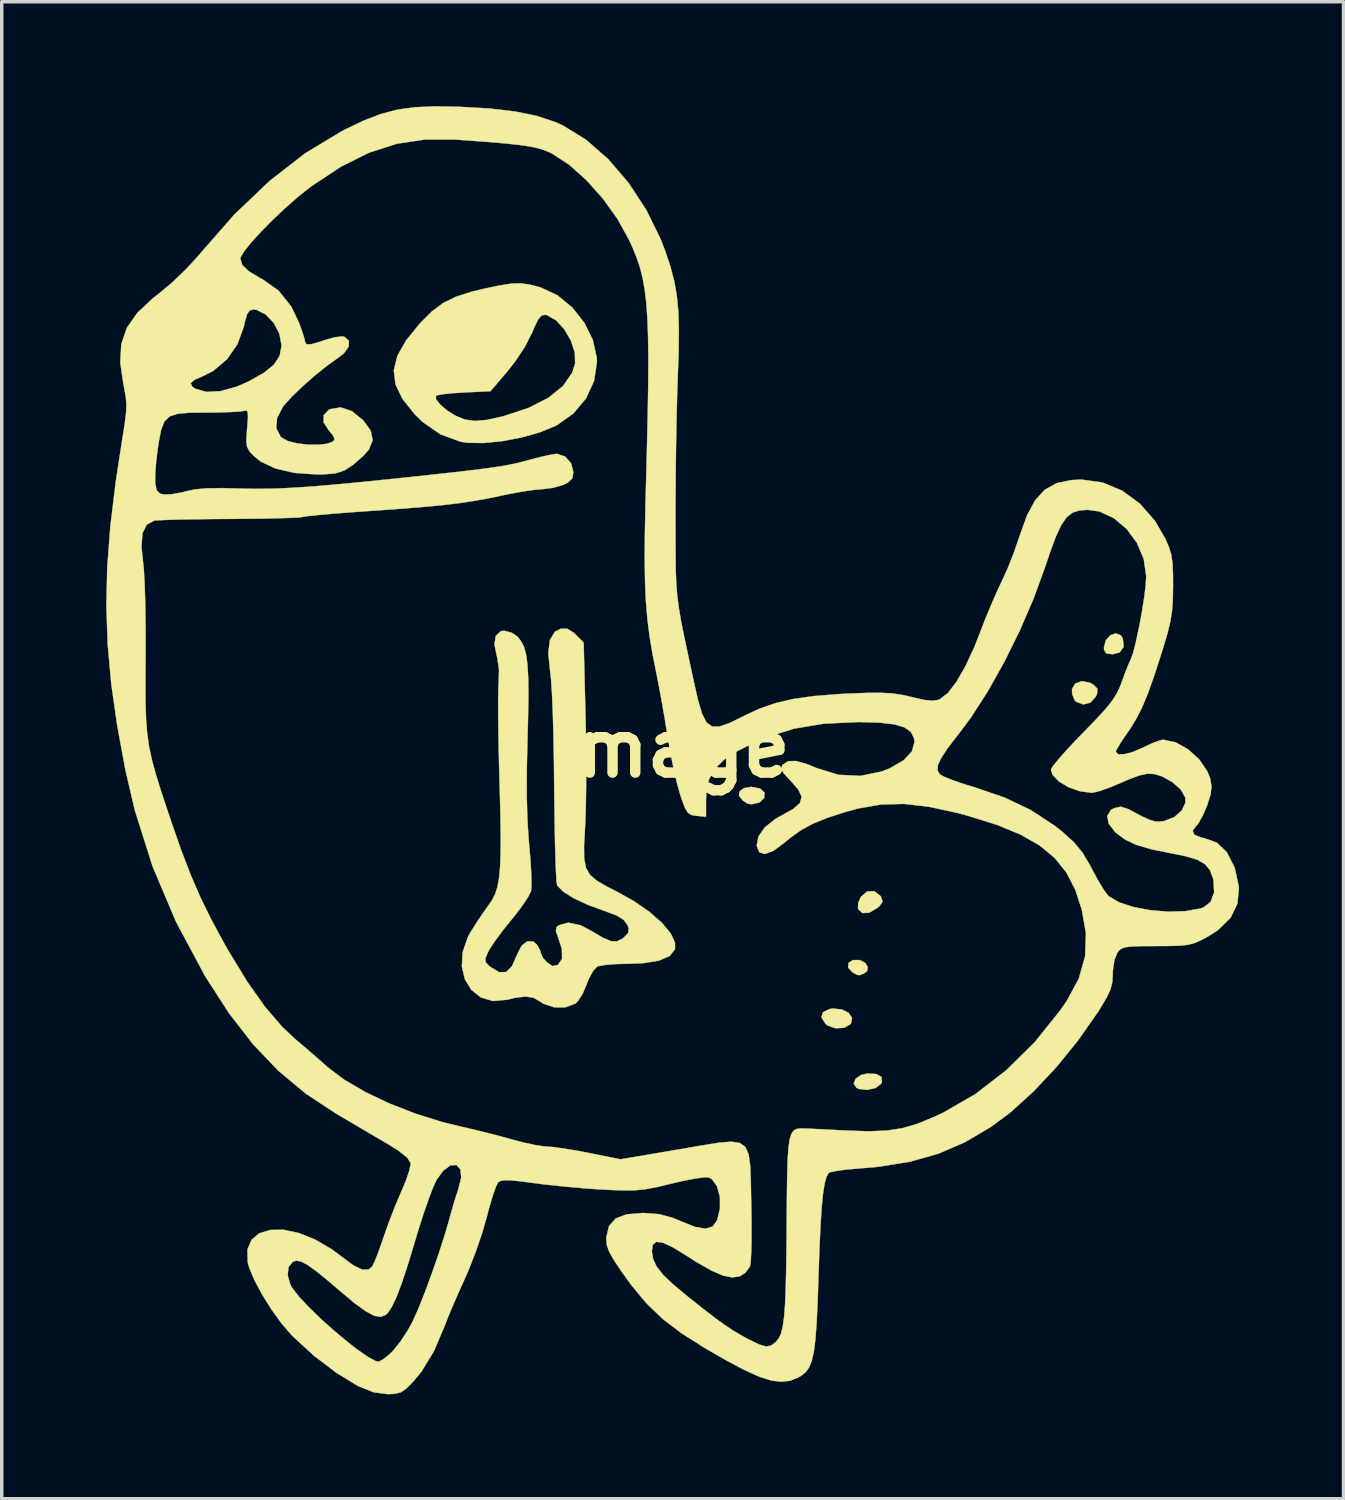
<source format=kicad_pcb>
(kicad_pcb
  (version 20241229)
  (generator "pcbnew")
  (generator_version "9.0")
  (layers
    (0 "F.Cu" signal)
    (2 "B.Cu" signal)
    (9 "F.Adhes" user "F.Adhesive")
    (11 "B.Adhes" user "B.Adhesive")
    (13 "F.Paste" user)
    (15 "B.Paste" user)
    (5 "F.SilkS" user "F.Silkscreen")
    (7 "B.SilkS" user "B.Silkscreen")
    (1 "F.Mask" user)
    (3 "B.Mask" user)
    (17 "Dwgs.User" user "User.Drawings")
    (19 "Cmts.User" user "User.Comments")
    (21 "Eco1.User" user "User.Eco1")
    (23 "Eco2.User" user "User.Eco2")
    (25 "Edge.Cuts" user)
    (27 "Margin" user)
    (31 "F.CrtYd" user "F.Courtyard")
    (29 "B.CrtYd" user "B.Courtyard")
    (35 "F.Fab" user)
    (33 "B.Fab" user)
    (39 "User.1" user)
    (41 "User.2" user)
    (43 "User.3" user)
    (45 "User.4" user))
  (footprint "image"
    (layer "F.Cu")
    (at 16.213 18.452)
    (property "Reference" "image" (at 0 0 0) (layer "F.SilkS") (effects (font (size 1.524 1.524) (thickness 0.3))))
    (attr through_hole)
    (fp_poly (pts (xy 5.586 6.154) (xy 5.665 6.275) (xy 5.64 6.399) (xy 5.539 6.468) (xy 5.425 6.509) (xy 5.348 6.496) (xy 5.228 6.428) (xy 5.098 6.293) (xy 5.109 6.156) (xy 5.237 6.075) (xy 5.433 6.074) (xy 5.586 6.154)) (stroke (width 0.01) (type solid)) (fill yes) (layer "F.SilkS"))
    (fp_poly (pts (xy 12.931 -3.254) (xy 12.989 -3.163) (xy 13.014 -2.926) (xy 12.901 -2.764) (xy 12.694 -2.709) (xy 12.514 -2.735) (xy 12.45 -2.836) (xy 12.446 -2.904) (xy 12.499 -3.111) (xy 12.629 -3.254) (xy 12.788 -3.309) (xy 12.931 -3.254)) (stroke (width 0.01) (type solid)) (fill yes) (layer "F.SilkS"))
    (fp_poly (pts (xy 5.904 9.347) (xy 6.055 9.434) (xy 6.071 9.577) (xy 6.045 9.628) (xy 5.885 9.75) (xy 5.646 9.803) (xy 5.41 9.776) (xy 5.334 9.74) (xy 5.259 9.621) (xy 5.313 9.486) (xy 5.468 9.376) (xy 5.639 9.334) (xy 5.904 9.347)) (stroke (width 0.01) (type solid)) (fill yes) (layer "F.SilkS"))
    (fp_poly (pts (xy 4.917 7.492) (xy 5.111 7.592) (xy 5.211 7.737) (xy 5.181 7.895) (xy 5.166 7.915) (xy 4.983 8.02) (xy 4.737 8.033) (xy 4.509 7.955) (xy 4.447 7.906) (xy 4.332 7.72) (xy 4.376 7.571) (xy 4.567 7.481) (xy 4.662 7.468) (xy 4.917 7.492)) (stroke (width 0.01) (type solid)) (fill yes) (layer "F.SilkS"))
    (fp_poly (pts (xy 6.029 4.235) (xy 6.045 4.26) (xy 6.086 4.393) (xy 6.006 4.518) (xy 5.938 4.577) (xy 5.704 4.714) (xy 5.508 4.724) (xy 5.385 4.607) (xy 5.383 4.602) (xy 5.388 4.435) (xy 5.464 4.259) (xy 5.644 4.104) (xy 5.85 4.096) (xy 6.029 4.235)) (stroke (width 0.01) (type solid)) (fill yes) (layer "F.SilkS"))
    (fp_poly (pts (xy 12.035 -1.896) (xy 12.146 -1.833) (xy 12.257 -1.721) (xy 12.251 -1.586) (xy 12.212 -1.491) (xy 12.058 -1.319) (xy 11.849 -1.268) (xy 11.647 -1.348) (xy 11.603 -1.392) (xy 11.533 -1.57) (xy 11.529 -1.71) (xy 11.623 -1.869) (xy 11.81 -1.935) (xy 12.035 -1.896)) (stroke (width 0.01) (type solid)) (fill yes) (layer "F.SilkS"))
    (fp_poly (pts (xy 2.562 1.147) (xy 2.575 1.152) (xy 2.694 1.264) (xy 2.689 1.414) (xy 2.572 1.535) (xy 2.519 1.555) (xy 2.331 1.599) (xy 2.217 1.585) (xy 2.087 1.501) (xy 2.077 1.494) (xy 1.962 1.352) (xy 1.984 1.224) (xy 2.113 1.133) (xy 2.316 1.1) (xy 2.562 1.147)) (stroke (width 0.01) (type solid)) (fill yes) (layer "F.SilkS"))
    (fp_poly (pts (xy -4.077 -13.334) (xy -3.801 -13.265) (xy -3.728 -13.243) (xy -3.253 -13.021) (xy -2.827 -12.671) (xy -2.478 -12.229) (xy -2.233 -11.733) (xy -2.121 -11.22) (xy -2.117 -11.107) (xy -2.198 -10.563) (xy -2.43 -10.06) (xy -2.794 -9.625) (xy -3.273 -9.286) (xy -3.311 -9.267) (xy -3.757 -9.084) (xy -4.283 -8.936) (xy -4.839 -8.83) (xy -5.373 -8.777) (xy -5.834 -8.783) (xy -6.034 -8.814) (xy -6.615 -9.027) (xy -7.131 -9.387) (xy -7.355 -9.608) (xy -7.703 -10.045) (xy -7.746 -10.135) (xy -6.742 -10.135) (xy -6.738 -10.034) (xy -6.62 -9.882) (xy -6.42 -9.712) (xy -6.181 -9.562) (xy -5.911 -9.451) (xy -5.626 -9.411) (xy -5.281 -9.441) (xy -4.831 -9.54) (xy -4.778 -9.554) (xy -4.073 -9.789) (xy -3.508 -10.078) (xy -3.091 -10.415) (xy -2.828 -10.797) (xy -2.744 -11.06) (xy -2.752 -11.377) (xy -2.866 -11.722) (xy -3.056 -12.047) (xy -3.294 -12.305) (xy -3.551 -12.45) (xy -3.595 -12.46) (xy -3.699 -12.445) (xy -3.795 -12.342) (xy -3.907 -12.121) (xy -3.978 -11.951) (xy -4.177 -11.557) (xy -4.459 -11.128) (xy -4.685 -10.84) (xy -5.175 -10.265) (xy -5.93 -10.229) (xy -6.272 -10.207) (xy -6.548 -10.178) (xy -6.714 -10.147) (xy -6.742 -10.135) (xy -7.746 -10.135) (xy -7.902 -10.457) (xy -7.952 -10.862) (xy -7.85 -11.279) (xy -7.597 -11.727) (xy -7.191 -12.225) (xy -7.188 -12.228) (xy -6.859 -12.555) (xy -6.536 -12.797) (xy -6.168 -12.978) (xy -5.71 -13.125) (xy -5.348 -13.211) (xy -4.907 -13.304) (xy -4.581 -13.355) (xy -4.32 -13.364) (xy -4.077 -13.334)) (stroke (width 0.01) (type solid)) (fill yes) (layer "F.SilkS"))
    (fp_poly (pts (xy -2.78 -3.324) (xy -2.722 -3.269) (xy -2.498 -3.044) (xy -2.444 -0.908) (xy -2.432 -0.249) (xy -2.426 0.422) (xy -2.427 1.065) (xy -2.435 1.639) (xy -2.45 2.104) (xy -2.46 2.286) (xy -2.487 2.79) (xy -2.484 3.159) (xy -2.432 3.427) (xy -2.314 3.63) (xy -2.113 3.8) (xy -1.813 3.973) (xy -1.549 4.106) (xy -1.041 4.39) (xy -0.601 4.697) (xy -0.247 5.009) (xy 0.002 5.309) (xy 0.127 5.577) (xy 0.126 5.761) (xy -0.025 5.956) (xy -0.333 6.091) (xy -0.799 6.165) (xy -1.231 6.181) (xy -1.583 6.19) (xy -1.883 6.215) (xy -2.081 6.251) (xy -2.115 6.265) (xy -2.231 6.39) (xy -2.353 6.617) (xy -2.413 6.772) (xy -2.528 7.042) (xy -2.665 7.255) (xy -2.735 7.324) (xy -3.016 7.43) (xy -3.348 7.431) (xy -3.653 7.33) (xy -3.725 7.281) (xy -3.932 7.16) (xy -4.165 7.121) (xy -4.476 7.16) (xy -4.695 7.214) (xy -5.101 7.251) (xy -5.447 7.15) (xy -5.721 6.935) (xy -5.909 6.629) (xy -5.997 6.256) (xy -5.973 5.841) (xy -5.822 5.409) (xy -5.758 5.292) (xy -5.556 4.971) (xy -5.331 4.639) (xy -5.231 4.502) (xy -5.125 4.346) (xy -5.041 4.178) (xy -4.976 3.977) (xy -4.929 3.726) (xy -4.899 3.406) (xy -4.883 2.997) (xy -4.881 2.482) (xy -4.891 1.842) (xy -4.911 1.057) (xy -4.92 0.762) (xy -4.936 0.137) (xy -4.948 -0.455) (xy -4.953 -0.986) (xy -4.954 -1.428) (xy -4.948 -1.752) (xy -4.939 -1.915) (xy -4.93 -2.274) (xy -4.977 -2.603) (xy -4.993 -2.66) (xy -5.061 -2.993) (xy -5.023 -3.236) (xy -4.886 -3.369) (xy -4.782 -3.387) (xy -4.563 -3.328) (xy -4.407 -3.222) (xy -4.298 -3.089) (xy -4.213 -2.924) (xy -4.152 -2.705) (xy -4.112 -2.412) (xy -4.09 -2.026) (xy -4.085 -1.526) (xy -4.095 -0.892) (xy -4.11 -0.33) (xy -4.131 0.584) (xy -4.133 1.358) (xy -4.115 2.023) (xy -4.078 2.608) (xy -4.063 2.774) (xy -4.026 3.206) (xy -4.003 3.595) (xy -3.997 3.901) (xy -4.008 4.082) (xy -4.01 4.091) (xy -4.088 4.253) (xy -4.25 4.499) (xy -4.468 4.788) (xy -4.584 4.93) (xy -4.829 5.235) (xy -5.046 5.528) (xy -5.199 5.76) (xy -5.237 5.829) (xy -5.32 6.022) (xy -5.315 6.136) (xy -5.212 6.244) (xy -5.175 6.274) (xy -4.927 6.422) (xy -4.725 6.418) (xy -4.559 6.256) (xy -4.416 5.931) (xy -4.408 5.91) (xy -4.281 5.661) (xy -4.115 5.534) (xy -3.943 5.543) (xy -3.838 5.636) (xy -3.747 5.801) (xy -3.725 5.887) (xy -3.668 6.012) (xy -3.551 6.143) (xy -3.39 6.247) (xy -3.248 6.218) (xy -3.234 6.209) (xy -3.119 6.039) (xy -3.124 5.76) (xy -3.227 5.436) (xy -3.295 5.24) (xy -3.282 5.135) (xy -3.216 5.077) (xy -2.938 5) (xy -2.593 5.073) (xy -2.272 5.24) (xy -1.947 5.433) (xy -1.718 5.53) (xy -1.546 5.538) (xy -1.393 5.465) (xy -1.348 5.431) (xy -1.215 5.294) (xy -1.205 5.16) (xy -1.246 5.056) (xy -1.351 4.917) (xy -1.55 4.795) (xy -1.877 4.67) (xy -1.92 4.656) (xy -2.397 4.48) (xy -2.797 4.291) (xy -3.091 4.105) (xy -3.252 3.938) (xy -3.262 3.918) (xy -3.278 3.799) (xy -3.294 3.532) (xy -3.309 3.139) (xy -3.322 2.641) (xy -3.333 2.06) (xy -3.342 1.418) (xy -3.345 1.058) (xy -3.353 0.282) (xy -3.367 -0.433) (xy -3.386 -1.063) (xy -3.409 -1.588) (xy -3.435 -1.986) (xy -3.463 -2.233) (xy -3.514 -2.744) (xy -3.468 -3.118) (xy -3.326 -3.355) (xy -3.16 -3.44) (xy -2.969 -3.442) (xy -2.78 -3.324)) (stroke (width 0.01) (type solid)) (fill yes) (layer "F.SilkS"))
    (fp_poly (pts (xy -6.067 -18.435) (xy -5.192 -18.385) (xy -4.46 -18.299) (xy -3.845 -18.172) (xy -3.324 -18) (xy -3.092 -17.897) (xy -2.424 -17.484) (xy -1.789 -16.927) (xy -1.208 -16.248) (xy -0.7 -15.474) (xy -0.284 -14.627) (xy -0.146 -14.266) (xy -0.002 -13.83) (xy 0.104 -13.422) (xy 0.178 -13.008) (xy 0.221 -12.556) (xy 0.237 -12.031) (xy 0.23 -11.399) (xy 0.207 -10.741) (xy 0.187 -10.154) (xy 0.169 -9.447) (xy 0.155 -8.668) (xy 0.145 -7.869) (xy 0.14 -7.097) (xy 0.139 -6.689) (xy 0.14 -6.037) (xy 0.142 -5.512) (xy 0.148 -5.083) (xy 0.164 -4.718) (xy 0.191 -4.386) (xy 0.233 -4.055) (xy 0.294 -3.693) (xy 0.378 -3.268) (xy 0.488 -2.75) (xy 0.627 -2.106) (xy 0.67 -1.905) (xy 0.792 -1.371) (xy 0.906 -0.991) (xy 1.032 -0.75) (xy 1.19 -0.635) (xy 1.399 -0.632) (xy 1.679 -0.728) (xy 2.05 -0.909) (xy 2.084 -0.927) (xy 2.544 -1.142) (xy 3.011 -1.306) (xy 3.523 -1.425) (xy 4.115 -1.509) (xy 4.825 -1.565) (xy 5.135 -1.581) (xy 5.655 -1.6) (xy 6.049 -1.602) (xy 6.361 -1.585) (xy 6.634 -1.546) (xy 6.912 -1.484) (xy 6.93 -1.479) (xy 7.277 -1.399) (xy 7.511 -1.373) (xy 7.68 -1.397) (xy 7.74 -1.421) (xy 7.962 -1.594) (xy 8.207 -1.913) (xy 8.463 -2.356) (xy 8.718 -2.903) (xy 8.875 -3.302) (xy 9.046 -3.743) (xy 9.236 -4.199) (xy 9.415 -4.602) (xy 9.502 -4.784) (xy 9.676 -5.165) (xy 9.855 -5.618) (xy 10.006 -6.052) (xy 10.02 -6.096) (xy 10.232 -6.688) (xy 10.468 -7.129) (xy 10.748 -7.435) (xy 11.091 -7.624) (xy 11.515 -7.713) (xy 11.809 -7.726) (xy 12.405 -7.644) (xy 12.969 -7.408) (xy 13.48 -7.034) (xy 13.915 -6.536) (xy 14.21 -6.026) (xy 14.315 -5.785) (xy 14.381 -5.567) (xy 14.416 -5.319) (xy 14.43 -4.993) (xy 14.431 -4.657) (xy 14.424 -4.27) (xy 14.402 -3.953) (xy 14.355 -3.655) (xy 14.275 -3.323) (xy 14.152 -2.908) (xy 14.074 -2.661) (xy 13.876 -2.053) (xy 13.705 -1.575) (xy 13.546 -1.193) (xy 13.384 -0.872) (xy 13.205 -0.577) (xy 13.078 -0.393) (xy 12.921 -0.161) (xy 12.815 0.019) (xy 12.785 0.094) (xy 12.854 0.163) (xy 13.034 0.16) (xy 13.288 0.093) (xy 13.575 -0.031) (xy 13.597 -0.042) (xy 13.854 -0.164) (xy 14.072 -0.24) (xy 14.155 -0.254) (xy 14.507 -0.179) (xy 14.864 0.021) (xy 15.182 0.311) (xy 15.417 0.653) (xy 15.498 0.861) (xy 15.536 1.088) (xy 15.509 1.32) (xy 15.411 1.628) (xy 15.408 1.636) (xy 15.292 1.908) (xy 15.176 2.12) (xy 15.11 2.204) (xy 14.994 2.355) (xy 15.043 2.475) (xy 15.252 2.559) (xy 15.331 2.573) (xy 15.692 2.704) (xy 15.974 2.974) (xy 16.187 3.392) (xy 16.208 3.45) (xy 16.323 3.983) (xy 16.281 4.453) (xy 16.082 4.862) (xy 15.723 5.214) (xy 15.448 5.39) (xy 15.225 5.51) (xy 15.039 5.59) (xy 14.848 5.638) (xy 14.607 5.662) (xy 14.273 5.67) (xy 13.954 5.672) (xy 13.528 5.674) (xy 13.239 5.684) (xy 13.053 5.708) (xy 12.94 5.75) (xy 12.865 5.817) (xy 12.832 5.861) (xy 12.746 6.076) (xy 12.703 6.381) (xy 12.7 6.475) (xy 12.687 6.702) (xy 12.637 6.909) (xy 12.531 7.141) (xy 12.349 7.446) (xy 12.27 7.571) (xy 11.704 8.382) (xy 11.075 9.155) (xy 10.414 9.857) (xy 9.75 10.458) (xy 9.202 10.866) (xy 8.455 11.306) (xy 7.694 11.635) (xy 6.879 11.866) (xy 5.971 12.012) (xy 5.42 12.06) (xy 5.064 12.091) (xy 4.772 12.129) (xy 4.585 12.168) (xy 4.542 12.188) (xy 4.478 12.295) (xy 4.424 12.487) (xy 4.378 12.779) (xy 4.338 13.184) (xy 4.304 13.717) (xy 4.273 14.393) (xy 4.247 15.155) (xy 4.222 15.904) (xy 4.193 16.503) (xy 4.158 16.971) (xy 4.113 17.327) (xy 4.053 17.59) (xy 3.975 17.78) (xy 3.874 17.916) (xy 3.747 18.017) (xy 3.652 18.071) (xy 3.421 18.16) (xy 3.172 18.188) (xy 2.883 18.15) (xy 2.536 18.037) (xy 2.11 17.845) (xy 1.585 17.566) (xy 0.974 17.213) (xy 0.314 16.795) (xy -0.228 16.382) (xy -0.694 15.934) (xy -1.13 15.41) (xy -1.415 15.014) (xy -1.635 14.683) (xy -1.769 14.444) (xy -1.834 14.258) (xy -1.849 14.083) (xy -1.845 14.021) (xy -1.767 13.71) (xy -1.579 13.499) (xy -1.267 13.378) (xy -0.817 13.34) (xy -0.777 13.34) (xy -0.325 13.374) (xy 0.075 13.484) (xy 0.285 13.573) (xy 0.7 13.738) (xy 1.001 13.792) (xy 1.208 13.728) (xy 1.339 13.541) (xy 1.414 13.224) (xy 1.416 13.213) (xy 1.415 12.879) (xy 1.336 12.584) (xy 1.195 12.377) (xy 1.094 12.317) (xy 0.95 12.316) (xy 0.684 12.354) (xy 0.336 12.422) (xy 0.023 12.495) (xy -0.385 12.593) (xy -0.71 12.655) (xy -1.008 12.686) (xy -1.339 12.692) (xy -1.759 12.677) (xy -1.937 12.668) (xy -2.466 12.632) (xy -3.051 12.58) (xy -3.607 12.521) (xy -3.919 12.481) (xy -4.343 12.426) (xy -4.63 12.399) (xy -4.812 12.401) (xy -4.918 12.431) (xy -4.957 12.462) (xy -5.02 12.587) (xy -5.108 12.837) (xy -5.207 13.173) (xy -5.281 13.454) (xy -5.417 13.925) (xy -5.601 14.463) (xy -5.805 14.983) (xy -5.914 15.232) (xy -6.097 15.638) (xy -6.27 16.035) (xy -6.409 16.37) (xy -6.478 16.552) (xy -6.793 17.297) (xy -7.157 17.896) (xy -7.382 18.169) (xy -7.591 18.381) (xy -7.756 18.493) (xy -7.941 18.536) (xy -8.13 18.542) (xy -8.53 18.489) (xy -8.962 18.317) (xy -9.01 18.292) (xy -9.612 17.922) (xy -10.239 17.444) (xy -10.836 16.898) (xy -10.897 16.835) (xy -11.178 16.51) (xy -11.465 16.111) (xy -11.732 15.684) (xy -11.954 15.271) (xy -12.015 15.128) (xy -11 15.128) (xy -10.925 15.393) (xy -10.867 15.496) (xy -10.672 15.746) (xy -10.394 16.043) (xy -10.06 16.368) (xy -9.696 16.695) (xy -9.329 17.004) (xy -8.986 17.272) (xy -8.691 17.475) (xy -8.473 17.592) (xy -8.392 17.611) (xy -8.269 17.553) (xy -8.085 17.406) (xy -7.967 17.29) (xy -7.76 17.032) (xy -7.545 16.703) (xy -7.414 16.464) (xy -7.247 16.09) (xy -7.052 15.601) (xy -6.847 15.043) (xy -6.648 14.466) (xy -6.472 13.916) (xy -6.353 13.504) (xy -6.26 13.171) (xy -6.17 12.871) (xy -6.103 12.673) (xy -6.015 12.324) (xy -6.04 12.083) (xy -6.152 11.961) (xy -6.326 11.972) (xy -6.534 12.127) (xy -6.724 12.388) (xy -6.818 12.591) (xy -6.944 12.92) (xy -7.089 13.338) (xy -7.24 13.808) (xy -7.327 14.097) (xy -7.538 14.794) (xy -7.718 15.341) (xy -7.873 15.751) (xy -8.009 16.038) (xy -8.132 16.218) (xy -8.177 16.261) (xy -8.319 16.323) (xy -8.506 16.293) (xy -8.755 16.164) (xy -9.083 15.925) (xy -9.46 15.61) (xy -9.885 15.247) (xy -10.207 14.988) (xy -10.445 14.82) (xy -10.619 14.731) (xy -10.749 14.709) (xy -10.852 14.74) (xy -10.975 14.892) (xy -11 15.128) (xy -12.015 15.128) (xy -12.104 14.916) (xy -12.147 14.76) (xy -12.156 14.39) (xy -12.039 14.111) (xy -11.814 13.922) (xy -11.502 13.826) (xy -11.118 13.822) (xy -10.683 13.914) (xy -10.215 14.1) (xy -9.731 14.384) (xy -9.442 14.6) (xy -9.107 14.847) (xy -8.858 14.966) (xy -8.677 14.963) (xy -8.573 14.88) (xy -8.51 14.755) (xy -8.413 14.513) (xy -8.3 14.196) (xy -8.254 14.058) (xy -8.101 13.626) (xy -7.919 13.156) (xy -7.745 12.744) (xy -7.73 12.711) (xy -7.598 12.394) (xy -7.505 12.117) (xy -7.467 11.93) (xy -7.468 11.904) (xy -7.566 11.748) (xy -7.822 11.545) (xy -8.086 11.38) (xy -8.405 11.193) (xy -8.813 10.953) (xy -9.254 10.694) (xy -9.601 10.49) (xy -10.474 9.915) (xy -11.267 9.255) (xy -11.998 8.489) (xy -12.689 7.596) (xy -13.359 6.556) (xy -13.379 6.523) (xy -14.208 4.973) (xy -14.877 3.394) (xy -15.393 1.765) (xy -15.662 0.609) (xy -15.897 -0.665) (xy -16.066 -1.849) (xy -16.169 -2.978) (xy -16.208 -4.089) (xy -16.182 -5.217) (xy -16.138 -5.796) (xy -15.2 -5.796) (xy -15.156 -5.38) (xy -15.131 -5.13) (xy -15.109 -4.74) (xy -15.093 -4.24) (xy -15.083 -3.66) (xy -15.08 -3.03) (xy -15.081 -2.639) (xy -15.085 -1.921) (xy -15.083 -1.337) (xy -15.068 -0.855) (xy -15.036 -0.438) (xy -14.981 -0.053) (xy -14.898 0.334) (xy -14.781 0.758) (xy -14.626 1.253) (xy -14.427 1.853) (xy -14.344 2.099) (xy -14.056 2.924) (xy -13.783 3.635) (xy -13.503 4.281) (xy -13.193 4.912) (xy -12.832 5.58) (xy -12.702 5.808) (xy -12.167 6.688) (xy -11.656 7.411) (xy -11.163 7.988) (xy -10.782 8.346) (xy -10.452 8.626) (xy -10.093 8.937) (xy -9.83 9.169) (xy -9.365 9.519) (xy -8.768 9.866) (xy -8.076 10.195) (xy -7.325 10.488) (xy -6.552 10.729) (xy -6.078 10.845) (xy -5.616 10.952) (xy -5.108 11.079) (xy -4.65 11.202) (xy -4.576 11.223) (xy -4.211 11.319) (xy -3.871 11.391) (xy -3.616 11.428) (xy -3.565 11.43) (xy -3.359 11.447) (xy -3.038 11.492) (xy -2.649 11.557) (xy -2.356 11.614) (xy -1.441 11.797) (xy 0.253 11.511) (xy 0.888 11.4) (xy 1.374 11.322) (xy 1.732 11.292) (xy 1.982 11.326) (xy 2.144 11.439) (xy 2.238 11.647) (xy 2.284 11.966) (xy 2.303 12.411) (xy 2.314 12.998) (xy 2.316 13.119) (xy 2.324 13.629) (xy 2.324 14.091) (xy 2.315 14.475) (xy 2.3 14.749) (xy 2.279 14.877) (xy 2.145 15.057) (xy 1.989 15.156) (xy 1.775 15.19) (xy 1.51 15.139) (xy 1.174 14.995) (xy 0.745 14.75) (xy 0.47 14.574) (xy 0.066 14.326) (xy -0.225 14.191) (xy -0.416 14.168) (xy -0.516 14.256) (xy -0.539 14.445) (xy -0.504 14.662) (xy -0.405 14.875) (xy -0.224 15.106) (xy 0.059 15.379) (xy 0.462 15.716) (xy 0.543 15.781) (xy 0.975 16.123) (xy 1.31 16.38) (xy 1.58 16.574) (xy 1.817 16.73) (xy 2.056 16.87) (xy 2.238 16.968) (xy 2.536 17.115) (xy 2.738 17.174) (xy 2.887 17.147) (xy 3.028 17.038) (xy 3.039 17.027) (xy 3.112 16.932) (xy 3.172 16.796) (xy 3.22 16.604) (xy 3.258 16.337) (xy 3.286 15.981) (xy 3.306 15.517) (xy 3.32 14.929) (xy 3.33 14.2) (xy 3.334 13.58) (xy 3.34 12.836) (xy 3.348 12.244) (xy 3.362 11.787) (xy 3.386 11.448) (xy 3.423 11.209) (xy 3.475 11.052) (xy 3.546 10.962) (xy 3.639 10.921) (xy 3.757 10.91) (xy 3.821 10.911) (xy 3.982 10.918) (xy 4.27 10.932) (xy 4.646 10.951) (xy 5.068 10.973) (xy 5.071 10.973) (xy 5.696 10.993) (xy 6.208 10.973) (xy 6.656 10.904) (xy 7.095 10.775) (xy 7.576 10.576) (xy 7.832 10.456) (xy 8.754 9.924) (xy 9.636 9.243) (xy 10.457 8.434) (xy 11.193 7.517) (xy 11.38 7.245) (xy 11.724 6.609) (xy 11.905 5.969) (xy 11.929 5.301) (xy 11.811 4.63) (xy 11.622 4.053) (xy 11.368 3.562) (xy 11.033 3.142) (xy 10.6 2.783) (xy 10.052 2.47) (xy 9.375 2.191) (xy 8.55 1.933) (xy 8.213 1.843) (xy 7.409 1.668) (xy 6.699 1.589) (xy 6.038 1.607) (xy 5.383 1.721) (xy 5.053 1.811) (xy 4.512 1.985) (xy 4.091 2.155) (xy 3.742 2.344) (xy 3.42 2.576) (xy 3.257 2.712) (xy 2.946 2.94) (xy 2.707 3.029) (xy 2.547 2.978) (xy 2.472 2.789) (xy 2.522 2.524) (xy 2.713 2.255) (xy 3.023 2.012) (xy 3.162 1.935) (xy 3.516 1.738) (xy 3.714 1.564) (xy 3.763 1.387) (xy 3.67 1.18) (xy 3.44 0.917) (xy 3.415 0.892) (xy 3.239 0.7) (xy 3.176 0.575) (xy 3.208 0.478) (xy 3.218 0.465) (xy 3.374 0.362) (xy 3.605 0.357) (xy 3.933 0.451) (xy 4.202 0.563) (xy 4.819 0.753) (xy 5.454 0.784) (xy 6.075 0.655) (xy 6.145 0.627) (xy 7.666 0.627) (xy 7.73 0.739) (xy 7.856 0.809) (xy 8.107 0.909) (xy 8.442 1.024) (xy 8.725 1.11) (xy 9.596 1.408) (xy 10.349 1.768) (xy 11.028 2.214) (xy 11.246 2.385) (xy 11.58 2.686) (xy 11.83 2.989) (xy 12.054 3.367) (xy 12.105 3.465) (xy 12.273 3.779) (xy 12.434 4.045) (xy 12.56 4.217) (xy 12.585 4.243) (xy 12.883 4.417) (xy 13.299 4.553) (xy 13.787 4.644) (xy 14.3 4.685) (xy 14.79 4.67) (xy 15.21 4.594) (xy 15.305 4.563) (xy 15.511 4.402) (xy 15.611 4.133) (xy 15.593 3.787) (xy 15.576 3.717) (xy 15.489 3.488) (xy 15.349 3.319) (xy 15.127 3.192) (xy 14.794 3.091) (xy 14.361 3.005) (xy 13.797 2.89) (xy 13.369 2.762) (xy 13.042 2.606) (xy 12.783 2.411) (xy 12.764 2.393) (xy 12.58 2.151) (xy 12.542 1.932) (xy 12.65 1.761) (xy 12.732 1.714) (xy 12.93 1.668) (xy 13.144 1.737) (xy 13.176 1.754) (xy 13.513 1.933) (xy 13.743 2.041) (xy 13.907 2.092) (xy 14.045 2.1) (xy 14.173 2.082) (xy 14.465 1.97) (xy 14.682 1.78) (xy 14.789 1.55) (xy 14.784 1.405) (xy 14.656 1.18) (xy 14.414 0.964) (xy 14.112 0.797) (xy 13.896 0.731) (xy 13.701 0.721) (xy 13.468 0.769) (xy 13.154 0.886) (xy 12.954 0.974) (xy 12.626 1.111) (xy 12.336 1.215) (xy 12.132 1.267) (xy 12.096 1.27) (xy 11.76 1.226) (xy 11.433 1.111) (xy 11.157 0.948) (xy 10.974 0.761) (xy 10.922 0.607) (xy 10.979 0.506) (xy 11.136 0.311) (xy 11.373 0.043) (xy 11.668 -0.272) (xy 11.852 -0.46) (xy 12.225 -0.845) (xy 12.497 -1.142) (xy 12.687 -1.379) (xy 12.818 -1.585) (xy 12.911 -1.786) (xy 12.945 -1.878) (xy 13.052 -2.172) (xy 13.154 -2.425) (xy 13.208 -2.54) (xy 13.279 -2.733) (xy 13.361 -3.05) (xy 13.447 -3.447) (xy 13.529 -3.879) (xy 13.597 -4.304) (xy 13.644 -4.676) (xy 13.661 -4.951) (xy 13.661 -4.953) (xy 13.589 -5.447) (xy 13.393 -5.909) (xy 13.099 -6.308) (xy 12.732 -6.618) (xy 12.316 -6.81) (xy 11.978 -6.858) (xy 11.738 -6.841) (xy 11.542 -6.777) (xy 11.375 -6.645) (xy 11.222 -6.424) (xy 11.068 -6.096) (xy 10.898 -5.639) (xy 10.753 -5.207) (xy 10.427 -4.313) (xy 10.032 -3.396) (xy 9.587 -2.495) (xy 9.114 -1.651) (xy 8.635 -0.905) (xy 8.293 -0.447) (xy 7.982 -0.046) (xy 7.781 0.253) (xy 7.678 0.471) (xy 7.666 0.627) (xy 6.145 0.627) (xy 6.297 0.566) (xy 6.693 0.335) (xy 6.931 0.08) (xy 7.006 -0.194) (xy 6.991 -0.301) (xy 6.9 -0.48) (xy 6.716 -0.61) (xy 6.421 -0.697) (xy 5.996 -0.746) (xy 5.424 -0.762) (xy 5.388 -0.762) (xy 4.41 -0.716) (xy 3.542 -0.572) (xy 2.752 -0.325) (xy 2.461 -0.201) (xy 1.922 0.069) (xy 1.528 0.325) (xy 1.26 0.591) (xy 1.1 0.889) (xy 1.026 1.242) (xy 1.016 1.483) (xy 1.016 1.958) (xy 0.741 1.932) (xy 0.595 1.907) (xy 0.495 1.843) (xy 0.412 1.705) (xy 0.319 1.455) (xy 0.272 1.312) (xy 0.18 0.985) (xy 0.08 0.55) (xy -0.016 0.068) (xy -0.085 -0.339) (xy -0.167 -0.846) (xy -0.262 -1.391) (xy -0.356 -1.897) (xy -0.419 -2.212) (xy -0.523 -2.734) (xy -0.605 -3.227) (xy -0.667 -3.715) (xy -0.71 -4.227) (xy -0.735 -4.79) (xy -0.745 -5.429) (xy -0.74 -6.172) (xy -0.722 -7.047) (xy -0.711 -7.451) (xy -0.681 -8.603) (xy -0.658 -9.601) (xy -0.644 -10.46) (xy -0.64 -11.194) (xy -0.648 -11.819) (xy -0.667 -12.349) (xy -0.699 -12.8) (xy -0.745 -13.186) (xy -0.806 -13.522) (xy -0.883 -13.823) (xy -0.977 -14.105) (xy -1.089 -14.381) (xy -1.191 -14.607) (xy -1.526 -15.212) (xy -1.946 -15.797) (xy -2.42 -16.328) (xy -2.915 -16.77) (xy -3.4 -17.088) (xy -3.454 -17.115) (xy -3.618 -17.185) (xy -3.806 -17.243) (xy -4.042 -17.294) (xy -4.348 -17.339) (xy -4.748 -17.382) (xy -5.263 -17.426) (xy -5.916 -17.474) (xy -6.181 -17.493) (xy -7.047 -17.495) (xy -7.866 -17.373) (xy -8.663 -17.117) (xy -9.462 -16.719) (xy -10.291 -16.172) (xy -10.372 -16.112) (xy -10.713 -15.84) (xy -11.073 -15.524) (xy -11.429 -15.188) (xy -11.758 -14.855) (xy -12.037 -14.55) (xy -12.242 -14.295) (xy -12.35 -14.116) (xy -12.361 -14.069) (xy -12.302 -13.89) (xy -12.114 -13.708) (xy -11.78 -13.508) (xy -11.718 -13.477) (xy -11.262 -13.154) (xy -10.896 -12.695) (xy -10.677 -12.238) (xy -10.581 -11.971) (xy -10.517 -11.765) (xy -10.499 -11.681) (xy -10.463 -11.615) (xy -10.34 -11.612) (xy -10.103 -11.676) (xy -9.911 -11.741) (xy -9.65 -11.814) (xy -9.438 -11.838) (xy -9.37 -11.828) (xy -9.241 -11.714) (xy -9.249 -11.546) (xy -9.384 -11.355) (xy -9.546 -11.228) (xy -9.859 -11.005) (xy -10.215 -10.719) (xy -10.569 -10.408) (xy -10.879 -10.11) (xy -11.102 -9.864) (xy -11.132 -9.826) (xy -11.304 -9.498) (xy -11.328 -9.202) (xy -11.203 -8.958) (xy -11.175 -8.931) (xy -10.993 -8.833) (xy -10.728 -8.766) (xy -10.421 -8.73) (xy -10.117 -8.727) (xy -9.86 -8.757) (xy -9.692 -8.822) (xy -9.652 -8.892) (xy -9.707 -9.007) (xy -9.821 -9.144) (xy -9.967 -9.368) (xy -9.965 -9.576) (xy -9.816 -9.734) (xy -9.785 -9.749) (xy -9.477 -9.801) (xy -9.153 -9.691) (xy -8.831 -9.429) (xy -8.613 -9.129) (xy -8.558 -8.857) (xy -8.666 -8.591) (xy -8.826 -8.411) (xy -9.124 -8.149) (xy -9.37 -7.989) (xy -9.625 -7.906) (xy -9.952 -7.877) (xy -10.163 -7.874) (xy -10.8 -7.918) (xy -11.346 -8.043) (xy -11.775 -8.244) (xy -11.964 -8.395) (xy -12.099 -8.541) (xy -12.169 -8.672) (xy -12.188 -8.846) (xy -12.171 -9.12) (xy -12.164 -9.2) (xy -12.141 -9.496) (xy -12.146 -9.656) (xy -12.184 -9.712) (xy -12.244 -9.702) (xy -12.378 -9.682) (xy -12.641 -9.666) (xy -12.994 -9.655) (xy -13.342 -9.652) (xy -13.824 -9.647) (xy -14.165 -9.616) (xy -14.395 -9.539) (xy -14.542 -9.394) (xy -14.634 -9.161) (xy -14.702 -8.817) (xy -14.73 -8.625) (xy -14.776 -8.255) (xy -14.803 -7.912) (xy -14.807 -7.658) (xy -14.804 -7.62) (xy -14.762 -7.414) (xy -14.663 -7.322) (xy -14.547 -7.297) (xy -14.33 -7.306) (xy -14.043 -7.357) (xy -13.912 -7.391) (xy -13.654 -7.446) (xy -13.322 -7.476) (xy -12.883 -7.482) (xy -12.377 -7.47) (xy -11.991 -7.46) (xy -11.585 -7.462) (xy -11.141 -7.477) (xy -10.638 -7.505) (xy -10.056 -7.548) (xy -9.376 -7.608) (xy -8.579 -7.686) (xy -7.644 -7.783) (xy -7.07 -7.844) (xy -6.37 -7.921) (xy -5.813 -7.984) (xy -5.374 -8.038) (xy -5.027 -8.086) (xy -4.747 -8.131) (xy -4.507 -8.179) (xy -4.283 -8.233) (xy -4.066 -8.291) (xy -3.74 -8.376) (xy -3.461 -8.438) (xy -3.283 -8.466) (xy -3.268 -8.467) (xy -3.034 -8.391) (xy -2.86 -8.197) (xy -2.794 -7.941) (xy -2.826 -7.759) (xy -2.953 -7.638) (xy -3.088 -7.573) (xy -3.385 -7.487) (xy -3.696 -7.45) (xy -3.701 -7.45) (xy -3.927 -7.431) (xy -4.26 -7.382) (xy -4.645 -7.311) (xy -4.826 -7.273) (xy -5.24 -7.187) (xy -5.639 -7.115) (xy -6.051 -7.053) (xy -6.506 -6.998) (xy -7.034 -6.947) (xy -7.662 -6.895) (xy -8.421 -6.84) (xy -8.699 -6.821) (xy -9.236 -6.783) (xy -9.716 -6.745) (xy -10.113 -6.71) (xy -10.401 -6.68) (xy -10.556 -6.658) (xy -10.573 -6.653) (xy -10.676 -6.639) (xy -10.923 -6.627) (xy -11.29 -6.615) (xy -11.753 -6.606) (xy -12.287 -6.6) (xy -12.626 -6.597) (xy -13.201 -6.593) (xy -13.731 -6.586) (xy -14.187 -6.577) (xy -14.543 -6.566) (xy -14.772 -6.555) (xy -14.833 -6.548) (xy -15.049 -6.434) (xy -15.171 -6.185) (xy -15.2 -5.796) (xy -16.138 -5.796) (xy -16.092 -6.399) (xy -15.938 -7.67) (xy -15.75 -8.89) (xy -15.681 -9.323) (xy -15.642 -9.639) (xy -15.633 -9.885) (xy -15.651 -10.11) (xy -15.697 -10.363) (xy -15.717 -10.456) (xy -15.722 -10.494) (xy -13.785 -10.494) (xy -13.746 -10.401) (xy -13.652 -10.336) (xy -13.34 -10.245) (xy -12.934 -10.266) (xy -12.465 -10.395) (xy -12.121 -10.546) (xy -11.685 -10.792) (xy -11.395 -11.028) (xy -11.232 -11.276) (xy -11.177 -11.557) (xy -11.177 -11.59) (xy -11.239 -11.921) (xy -11.401 -12.229) (xy -11.63 -12.47) (xy -11.891 -12.601) (xy -11.985 -12.613) (xy -12.089 -12.587) (xy -12.164 -12.481) (xy -12.23 -12.258) (xy -12.261 -12.118) (xy -12.441 -11.619) (xy -12.744 -11.182) (xy -13.141 -10.846) (xy -13.421 -10.705) (xy -13.681 -10.59) (xy -13.785 -10.494) (xy -15.722 -10.494) (xy -15.808 -11.082) (xy -15.78 -11.615) (xy -15.62 -12.084) (xy -15.319 -12.516) (xy -14.864 -12.941) (xy -14.707 -13.063) (xy -14.329 -13.378) (xy -13.928 -13.761) (xy -13.579 -14.14) (xy -13.522 -14.209) (xy -12.535 -15.336) (xy -11.528 -16.298) (xy -10.5 -17.096) (xy -9.447 -17.733) (xy -9.36 -17.778) (xy -8.814 -18.039) (xy -8.326 -18.227) (xy -7.852 -18.352) (xy -7.346 -18.422) (xy -6.762 -18.447) (xy -6.067 -18.435)) (stroke (width 0.01) (type solid)) (fill yes) (layer "F.SilkS")))
  (gr_rect
    (start -3 -3)
    (end 35.541 39.999)
    (stroke (width 0.1) (type default))
    (fill no)
    (layer "Edge.Cuts")))
</source>
